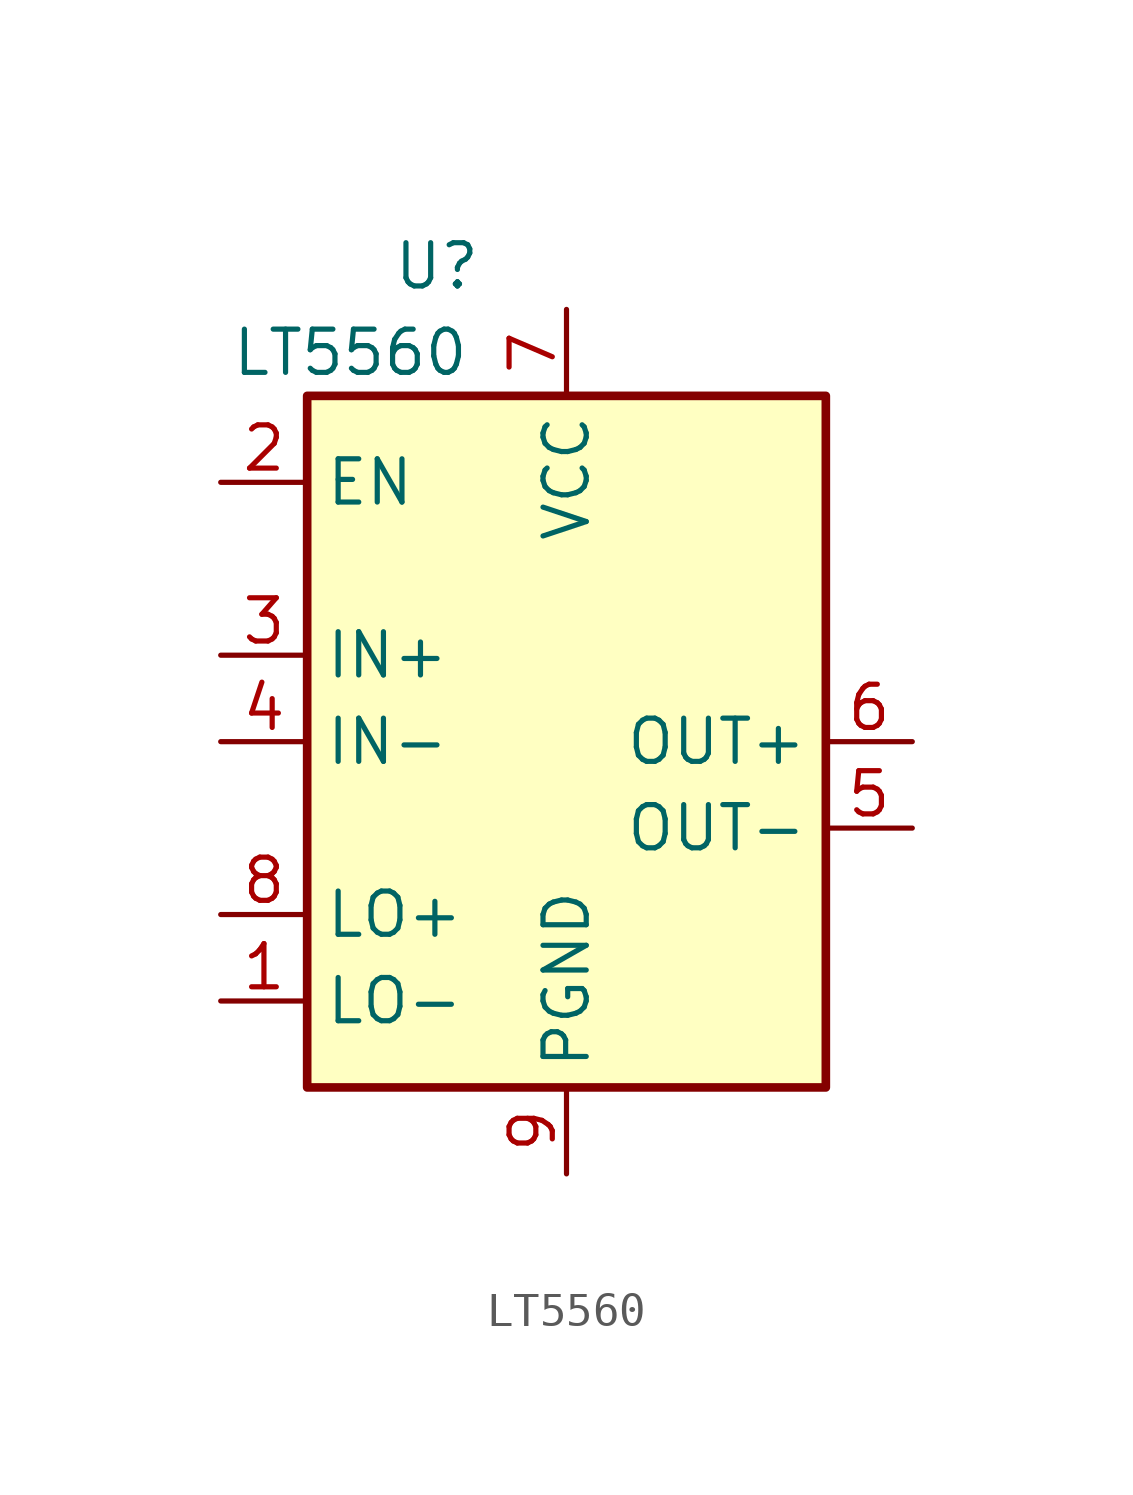
<source format=kicad_sym>
(kicad_symbol_lib
  (version 20201005)
  (generator kicad_symbol_editor)
  (symbol "LT5560"
    (property "Reference" "U"
      (at -3.81 13.97 0)
      (effects (font (size 1.27 1.27))))
    (property "Value" "LT5560"
      (at -6.35 11.43 0)
      (effects (font (size 1.27 1.27))))
    (symbol "LT5560_0_1"
      (rectangle (start -7.62 10.16) (end 7.62 -10.16) (stroke (width 0.254)) (fill (type background))))
    (symbol "LT5560_1_1"
      (pin input line (at -10.16 -7.62 0) (length 2.54) (name "LO-" (effects (font (size 1.27 1.27)))) (number "1" (effects (font (size 1.27 1.27)))))
      (pin input line (at -10.16 7.62 0) (length 2.54) (name "EN" (effects (font (size 1.27 1.27)))) (number "2" (effects (font (size 1.27 1.27)))))
      (pin input line (at -10.16 2.54 0) (length 2.54) (name "IN+" (effects (font (size 1.27 1.27)))) (number "3" (effects (font (size 1.27 1.27)))))
      (pin input line (at -10.16 0 0) (length 2.54) (name "IN-" (effects (font (size 1.27 1.27)))) (number "4" (effects (font (size 1.27 1.27)))))
      (pin output line (at 10.16 -2.54 180) (length 2.54) (name "OUT-" (effects (font (size 1.27 1.27)))) (number "5" (effects (font (size 1.27 1.27)))))
      (pin output line (at 10.16 0 180) (length 2.54) (name "OUT+" (effects (font (size 1.27 1.27)))) (number "6" (effects (font (size 1.27 1.27)))))
      (pin power_in line (at 0 12.7 270) (length 2.54) (name "VCC" (effects (font (size 1.27 1.27)))) (number "7" (effects (font (size 1.27 1.27)))))
      (pin input line (at -10.16 -5.08 0) (length 2.54) (name "LO+" (effects (font (size 1.27 1.27)))) (number "8" (effects (font (size 1.27 1.27)))))
      (pin power_in line (at 0 -12.7 90) (length 2.54) (name "PGND" (effects (font (size 1.27 1.27)))) (number "9" (effects (font (size 1.27 1.27))))))))
</source>
